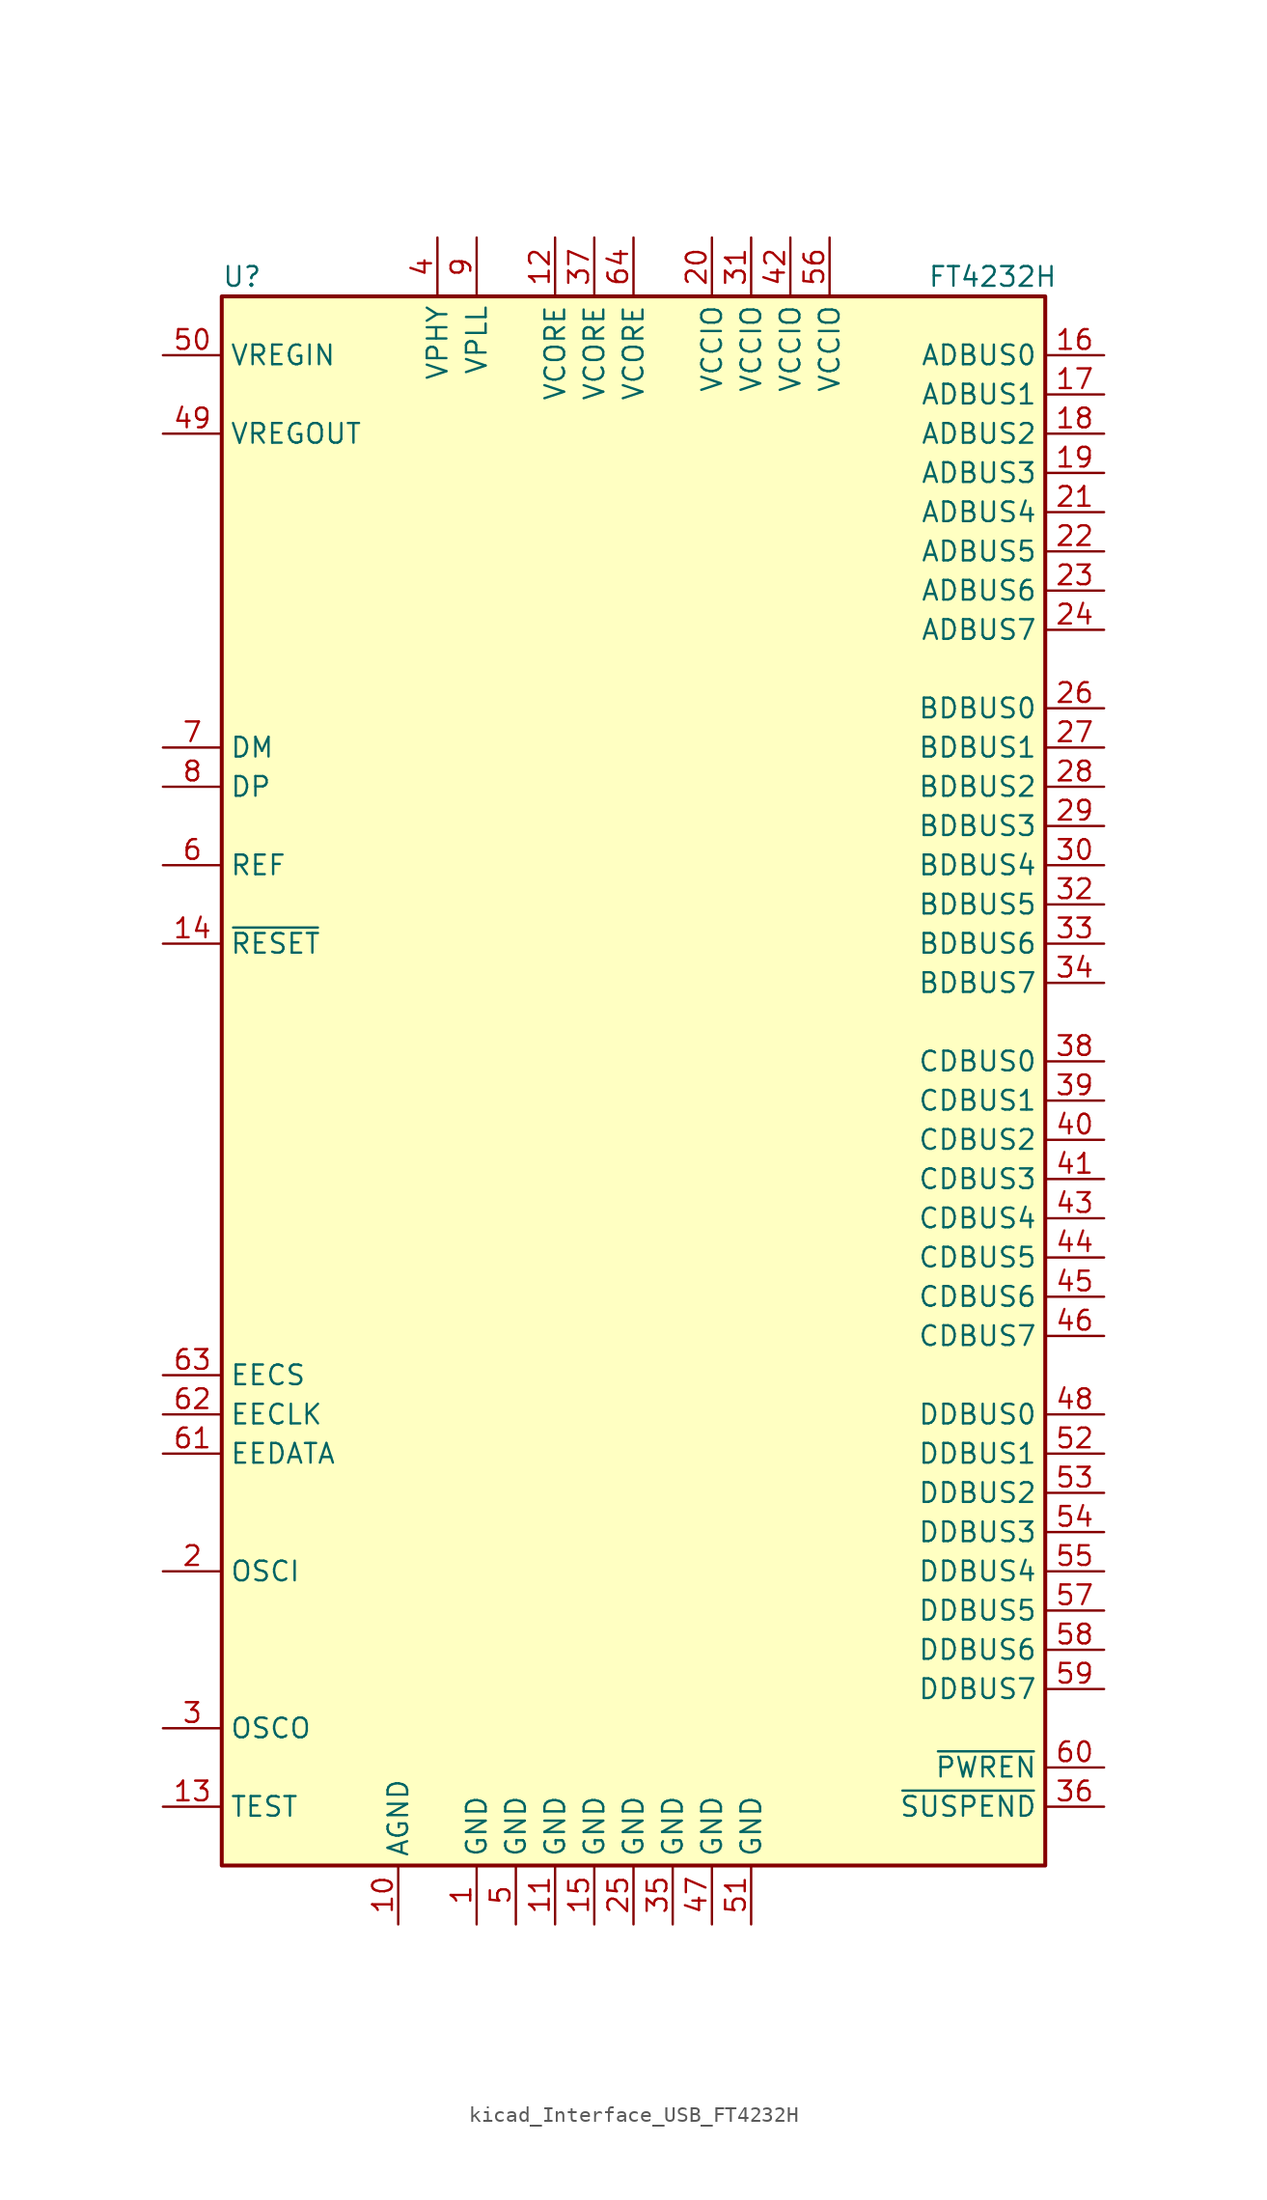
<source format=kicad_sym>
(kicad_symbol_lib
  (version 20220914)
  (generator kicad_symbol_editor)
  (symbol "kicad_Interface_USB_FT4232H"
    (property "Reference" "U"
      (at -26.67 53.34 0)
      (effects (font (size 1.27 1.27)) (justify left)))
    (property "Value" "FT4232H"
      (at 19.05 53.34 0)
      (effects (font (size 1.27 1.27)) (justify left)))
    (symbol "kicad_Interface_USB_FT4232H_0_1"
      (rectangle (start -26.67 -49.53) (end 26.67 52.07) (stroke (width 0.254) (type default)) (fill (type background))))
    (symbol "kicad_Interface_USB_FT4232H_1_1"
      (pin power_in line (at -10.16 -53.34 90) (length 3.81) (name "GND" (effects (font (size 1.27 1.27)))) (number "1" (effects (font (size 1.27 1.27)))))
      (pin power_in line (at -15.24 -53.34 90) (length 3.81) (name "AGND" (effects (font (size 1.27 1.27)))) (number "10" (effects (font (size 1.27 1.27)))))
      (pin power_in line (at -5.08 -53.34 90) (length 3.81) (name "GND" (effects (font (size 1.27 1.27)))) (number "11" (effects (font (size 1.27 1.27)))))
      (pin power_in line (at -5.08 55.88 270) (length 3.81) (name "VCORE" (effects (font (size 1.27 1.27)))) (number "12" (effects (font (size 1.27 1.27)))))
      (pin input line (at -30.48 -45.72 0) (length 3.81) (name "TEST" (effects (font (size 1.27 1.27)))) (number "13" (effects (font (size 1.27 1.27)))))
      (pin input line (at -30.48 10.16 0) (length 3.81) (name "~{RESET}" (effects (font (size 1.27 1.27)))) (number "14" (effects (font (size 1.27 1.27)))))
      (pin power_in line (at -2.54 -53.34 90) (length 3.81) (name "GND" (effects (font (size 1.27 1.27)))) (number "15" (effects (font (size 1.27 1.27)))))
      (pin bidirectional line (at 30.48 48.26 180) (length 3.81) (name "ADBUS0" (effects (font (size 1.27 1.27)))) (number "16" (effects (font (size 1.27 1.27)))))
      (pin bidirectional line (at 30.48 45.72 180) (length 3.81) (name "ADBUS1" (effects (font (size 1.27 1.27)))) (number "17" (effects (font (size 1.27 1.27)))))
      (pin bidirectional line (at 30.48 43.18 180) (length 3.81) (name "ADBUS2" (effects (font (size 1.27 1.27)))) (number "18" (effects (font (size 1.27 1.27)))))
      (pin bidirectional line (at 30.48 40.64 180) (length 3.81) (name "ADBUS3" (effects (font (size 1.27 1.27)))) (number "19" (effects (font (size 1.27 1.27)))))
      (pin input line (at -30.48 -30.48 0) (length 3.81) (name "OSCI" (effects (font (size 1.27 1.27)))) (number "2" (effects (font (size 1.27 1.27)))))
      (pin power_in line (at 5.08 55.88 270) (length 3.81) (name "VCCIO" (effects (font (size 1.27 1.27)))) (number "20" (effects (font (size 1.27 1.27)))))
      (pin bidirectional line (at 30.48 38.1 180) (length 3.81) (name "ADBUS4" (effects (font (size 1.27 1.27)))) (number "21" (effects (font (size 1.27 1.27)))))
      (pin bidirectional line (at 30.48 35.56 180) (length 3.81) (name "ADBUS5" (effects (font (size 1.27 1.27)))) (number "22" (effects (font (size 1.27 1.27)))))
      (pin bidirectional line (at 30.48 33.02 180) (length 3.81) (name "ADBUS6" (effects (font (size 1.27 1.27)))) (number "23" (effects (font (size 1.27 1.27)))))
      (pin bidirectional line (at 30.48 30.48 180) (length 3.81) (name "ADBUS7" (effects (font (size 1.27 1.27)))) (number "24" (effects (font (size 1.27 1.27)))))
      (pin power_in line (at 0 -53.34 90) (length 3.81) (name "GND" (effects (font (size 1.27 1.27)))) (number "25" (effects (font (size 1.27 1.27)))))
      (pin bidirectional line (at 30.48 25.4 180) (length 3.81) (name "BDBUS0" (effects (font (size 1.27 1.27)))) (number "26" (effects (font (size 1.27 1.27)))))
      (pin bidirectional line (at 30.48 22.86 180) (length 3.81) (name "BDBUS1" (effects (font (size 1.27 1.27)))) (number "27" (effects (font (size 1.27 1.27)))))
      (pin bidirectional line (at 30.48 20.32 180) (length 3.81) (name "BDBUS2" (effects (font (size 1.27 1.27)))) (number "28" (effects (font (size 1.27 1.27)))))
      (pin bidirectional line (at 30.48 17.78 180) (length 3.81) (name "BDBUS3" (effects (font (size 1.27 1.27)))) (number "29" (effects (font (size 1.27 1.27)))))
      (pin output line (at -30.48 -40.64 0) (length 3.81) (name "OSCO" (effects (font (size 1.27 1.27)))) (number "3" (effects (font (size 1.27 1.27)))))
      (pin bidirectional line (at 30.48 15.24 180) (length 3.81) (name "BDBUS4" (effects (font (size 1.27 1.27)))) (number "30" (effects (font (size 1.27 1.27)))))
      (pin power_in line (at 7.62 55.88 270) (length 3.81) (name "VCCIO" (effects (font (size 1.27 1.27)))) (number "31" (effects (font (size 1.27 1.27)))))
      (pin bidirectional line (at 30.48 12.7 180) (length 3.81) (name "BDBUS5" (effects (font (size 1.27 1.27)))) (number "32" (effects (font (size 1.27 1.27)))))
      (pin bidirectional line (at 30.48 10.16 180) (length 3.81) (name "BDBUS6" (effects (font (size 1.27 1.27)))) (number "33" (effects (font (size 1.27 1.27)))))
      (pin bidirectional line (at 30.48 7.62 180) (length 3.81) (name "BDBUS7" (effects (font (size 1.27 1.27)))) (number "34" (effects (font (size 1.27 1.27)))))
      (pin power_in line (at 2.54 -53.34 90) (length 3.81) (name "GND" (effects (font (size 1.27 1.27)))) (number "35" (effects (font (size 1.27 1.27)))))
      (pin output line (at 30.48 -45.72 180) (length 3.81) (name "~{SUSPEND}" (effects (font (size 1.27 1.27)))) (number "36" (effects (font (size 1.27 1.27)))))
      (pin power_in line (at -2.54 55.88 270) (length 3.81) (name "VCORE" (effects (font (size 1.27 1.27)))) (number "37" (effects (font (size 1.27 1.27)))))
      (pin bidirectional line (at 30.48 2.54 180) (length 3.81) (name "CDBUS0" (effects (font (size 1.27 1.27)))) (number "38" (effects (font (size 1.27 1.27)))))
      (pin bidirectional line (at 30.48 0 180) (length 3.81) (name "CDBUS1" (effects (font (size 1.27 1.27)))) (number "39" (effects (font (size 1.27 1.27)))))
      (pin power_in line (at -12.7 55.88 270) (length 3.81) (name "VPHY" (effects (font (size 1.27 1.27)))) (number "4" (effects (font (size 1.27 1.27)))))
      (pin bidirectional line (at 30.48 -2.54 180) (length 3.81) (name "CDBUS2" (effects (font (size 1.27 1.27)))) (number "40" (effects (font (size 1.27 1.27)))))
      (pin bidirectional line (at 30.48 -5.08 180) (length 3.81) (name "CDBUS3" (effects (font (size 1.27 1.27)))) (number "41" (effects (font (size 1.27 1.27)))))
      (pin power_in line (at 10.16 55.88 270) (length 3.81) (name "VCCIO" (effects (font (size 1.27 1.27)))) (number "42" (effects (font (size 1.27 1.27)))))
      (pin bidirectional line (at 30.48 -7.62 180) (length 3.81) (name "CDBUS4" (effects (font (size 1.27 1.27)))) (number "43" (effects (font (size 1.27 1.27)))))
      (pin bidirectional line (at 30.48 -10.16 180) (length 3.81) (name "CDBUS5" (effects (font (size 1.27 1.27)))) (number "44" (effects (font (size 1.27 1.27)))))
      (pin bidirectional line (at 30.48 -12.7 180) (length 3.81) (name "CDBUS6" (effects (font (size 1.27 1.27)))) (number "45" (effects (font (size 1.27 1.27)))))
      (pin bidirectional line (at 30.48 -15.24 180) (length 3.81) (name "CDBUS7" (effects (font (size 1.27 1.27)))) (number "46" (effects (font (size 1.27 1.27)))))
      (pin power_in line (at 5.08 -53.34 90) (length 3.81) (name "GND" (effects (font (size 1.27 1.27)))) (number "47" (effects (font (size 1.27 1.27)))))
      (pin bidirectional line (at 30.48 -20.32 180) (length 3.81) (name "DDBUS0" (effects (font (size 1.27 1.27)))) (number "48" (effects (font (size 1.27 1.27)))))
      (pin power_out line (at -30.48 43.18 0) (length 3.81) (name "VREGOUT" (effects (font (size 1.27 1.27)))) (number "49" (effects (font (size 1.27 1.27)))))
      (pin power_in line (at -7.62 -53.34 90) (length 3.81) (name "GND" (effects (font (size 1.27 1.27)))) (number "5" (effects (font (size 1.27 1.27)))))
      (pin power_in line (at -30.48 48.26 0) (length 3.81) (name "VREGIN" (effects (font (size 1.27 1.27)))) (number "50" (effects (font (size 1.27 1.27)))))
      (pin power_in line (at 7.62 -53.34 90) (length 3.81) (name "GND" (effects (font (size 1.27 1.27)))) (number "51" (effects (font (size 1.27 1.27)))))
      (pin bidirectional line (at 30.48 -22.86 180) (length 3.81) (name "DDBUS1" (effects (font (size 1.27 1.27)))) (number "52" (effects (font (size 1.27 1.27)))))
      (pin bidirectional line (at 30.48 -25.4 180) (length 3.81) (name "DDBUS2" (effects (font (size 1.27 1.27)))) (number "53" (effects (font (size 1.27 1.27)))))
      (pin bidirectional line (at 30.48 -27.94 180) (length 3.81) (name "DDBUS3" (effects (font (size 1.27 1.27)))) (number "54" (effects (font (size 1.27 1.27)))))
      (pin bidirectional line (at 30.48 -30.48 180) (length 3.81) (name "DDBUS4" (effects (font (size 1.27 1.27)))) (number "55" (effects (font (size 1.27 1.27)))))
      (pin power_in line (at 12.7 55.88 270) (length 3.81) (name "VCCIO" (effects (font (size 1.27 1.27)))) (number "56" (effects (font (size 1.27 1.27)))))
      (pin bidirectional line (at 30.48 -33.02 180) (length 3.81) (name "DDBUS5" (effects (font (size 1.27 1.27)))) (number "57" (effects (font (size 1.27 1.27)))))
      (pin bidirectional line (at 30.48 -35.56 180) (length 3.81) (name "DDBUS6" (effects (font (size 1.27 1.27)))) (number "58" (effects (font (size 1.27 1.27)))))
      (pin bidirectional line (at 30.48 -38.1 180) (length 3.81) (name "DDBUS7" (effects (font (size 1.27 1.27)))) (number "59" (effects (font (size 1.27 1.27)))))
      (pin input line (at -30.48 15.24 0) (length 3.81) (name "REF" (effects (font (size 1.27 1.27)))) (number "6" (effects (font (size 1.27 1.27)))))
      (pin output line (at 30.48 -43.18 180) (length 3.81) (name "~{PWREN}" (effects (font (size 1.27 1.27)))) (number "60" (effects (font (size 1.27 1.27)))))
      (pin bidirectional line (at -30.48 -22.86 0) (length 3.81) (name "EEDATA" (effects (font (size 1.27 1.27)))) (number "61" (effects (font (size 1.27 1.27)))))
      (pin output line (at -30.48 -20.32 0) (length 3.81) (name "EECLK" (effects (font (size 1.27 1.27)))) (number "62" (effects (font (size 1.27 1.27)))))
      (pin output line (at -30.48 -17.78 0) (length 3.81) (name "EECS" (effects (font (size 1.27 1.27)))) (number "63" (effects (font (size 1.27 1.27)))))
      (pin power_in line (at 0 55.88 270) (length 3.81) (name "VCORE" (effects (font (size 1.27 1.27)))) (number "64" (effects (font (size 1.27 1.27)))))
      (pin bidirectional line (at -30.48 22.86 0) (length 3.81) (name "DM" (effects (font (size 1.27 1.27)))) (number "7" (effects (font (size 1.27 1.27)))))
      (pin bidirectional line (at -30.48 20.32 0) (length 3.81) (name "DP" (effects (font (size 1.27 1.27)))) (number "8" (effects (font (size 1.27 1.27)))))
      (pin power_in line (at -10.16 55.88 270) (length 3.81) (name "VPLL" (effects (font (size 1.27 1.27)))) (number "9" (effects (font (size 1.27 1.27))))))))
</source>
